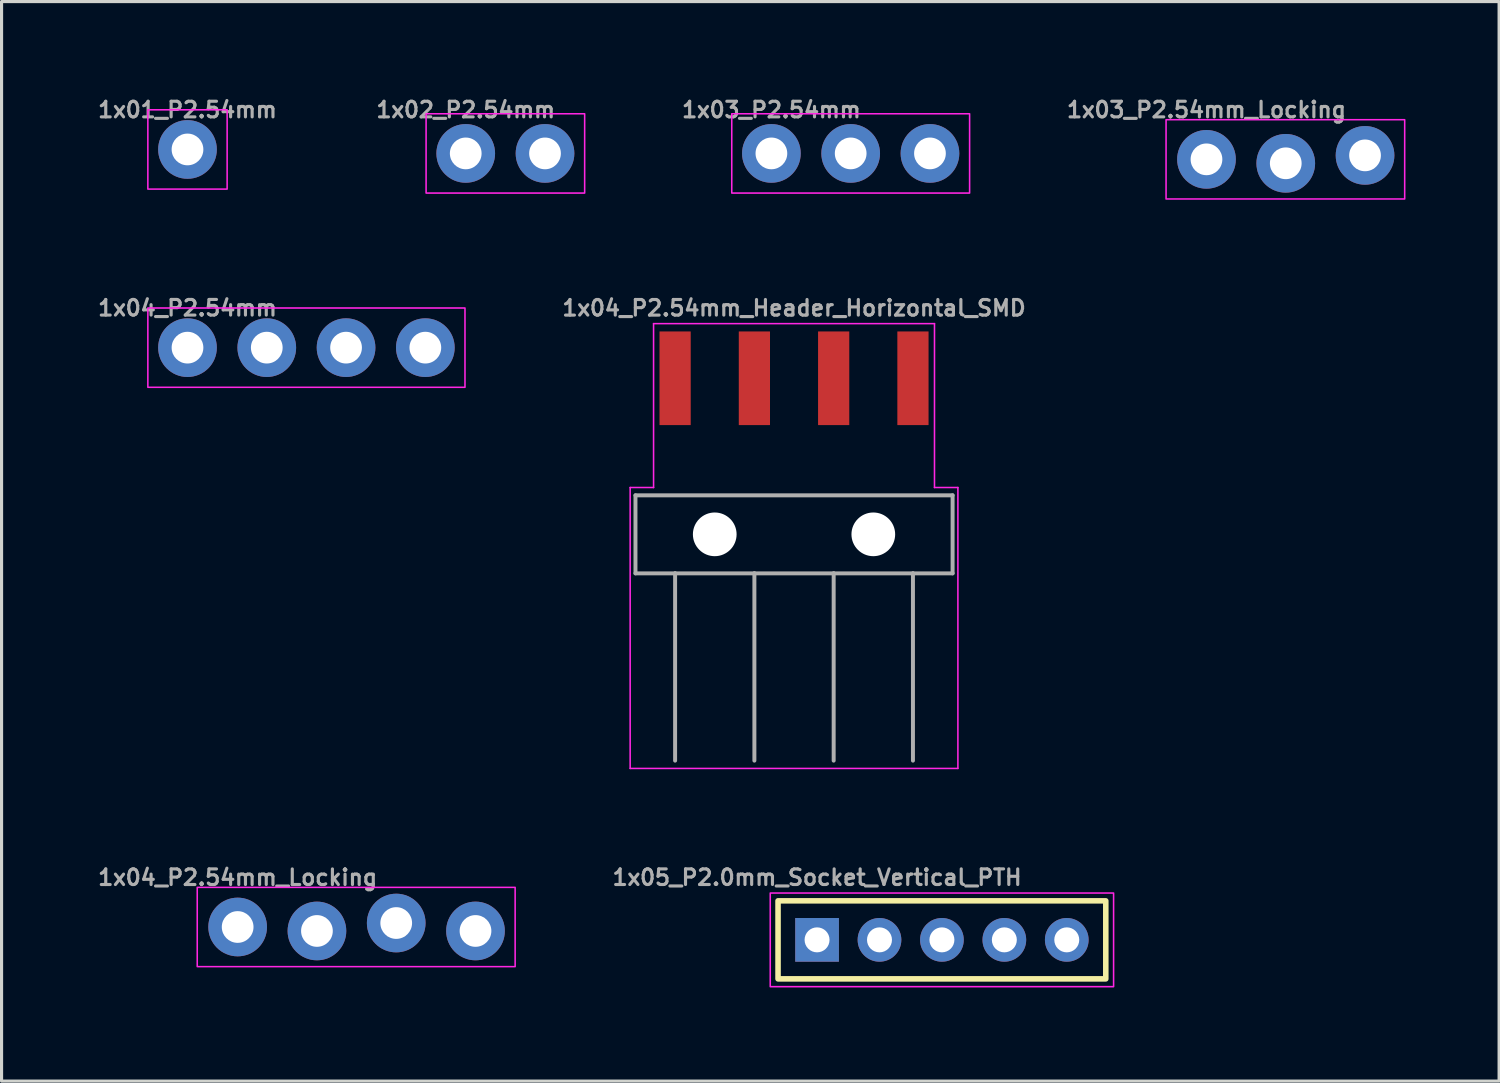
<source format=kicad_pcb>
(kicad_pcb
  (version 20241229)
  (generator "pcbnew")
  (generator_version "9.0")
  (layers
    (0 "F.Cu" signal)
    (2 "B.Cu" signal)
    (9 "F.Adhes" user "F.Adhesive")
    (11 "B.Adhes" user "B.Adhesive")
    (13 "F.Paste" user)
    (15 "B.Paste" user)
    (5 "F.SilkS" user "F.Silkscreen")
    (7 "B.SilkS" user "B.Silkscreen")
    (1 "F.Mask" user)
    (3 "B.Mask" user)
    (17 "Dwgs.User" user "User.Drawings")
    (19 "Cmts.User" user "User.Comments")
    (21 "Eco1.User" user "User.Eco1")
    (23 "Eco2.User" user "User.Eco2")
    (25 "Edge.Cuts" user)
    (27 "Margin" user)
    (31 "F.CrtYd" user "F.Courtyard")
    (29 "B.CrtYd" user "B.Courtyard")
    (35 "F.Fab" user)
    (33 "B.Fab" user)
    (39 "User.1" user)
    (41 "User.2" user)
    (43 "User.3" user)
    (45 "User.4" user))
  (footprint "1x03_P2.54mm_Locking"
    (layer "F.Cu")
    (at 35.603 2.055)
    (property "Reference" "1x03_P2.54mm_Locking" (at 0 -1.587 0) (layer "F.Fab") (effects (font (size 0.5 0.5) (thickness 0.1))))
    (fp_rect (start -1.295 -1.27) (end 6.35 1.27) (stroke (width 0.05) (type default)) (fill no) (layer "F.CrtYd"))
    (fp_poly (pts (xy -0.254 0.254) (xy 0.254 0.254) (xy 0.254 -0.254) (xy -0.254 -0.254)) (stroke (width 0.1) (type default)) (fill no) (layer "F.Fab"))
    (fp_poly (pts (xy 2.286 0.254) (xy 2.794 0.254) (xy 2.794 -0.254) (xy 2.286 -0.254)) (stroke (width 0.1) (type default)) (fill no) (layer "F.Fab"))
    (fp_poly (pts (xy 4.826 0.254) (xy 5.334 0.254) (xy 5.334 -0.254) (xy 4.826 -0.254)) (stroke (width 0.1) (type default)) (fill no) (layer "F.Fab"))
    (pad "1" thru_hole circle (at 0 0 90) (size 1.88 1.88) (drill 1.016) (layers "*.Cu" "*.Mask") (remove_unused_layers yes) (keep_end_layers yes) (zone_layer_connections))
    (pad "2" thru_hole circle (at 2.54 0.127 90) (size 1.88 1.88) (drill 1.016) (layers "*.Cu" "*.Mask") (remove_unused_layers yes) (keep_end_layers yes) (zone_layer_connections))
    (pad "3" thru_hole circle (at 5.08 -0.127 90) (size 1.88 1.88) (drill 1.016) (layers "*.Cu" "*.Mask") (remove_unused_layers yes) (keep_end_layers yes) (zone_layer_connections)))
  (footprint "1x05_P2.0mm_Socket_Vertical_PTH"
    (layer "F.Cu")
    (at 23.127 27.061)
    (property "Reference" "1x05_P2.0mm_Socket_Vertical_PTH" (at 0 -2 0) (unlocked yes) (layer "F.Fab") (effects (font (size 0.5 0.5) (thickness 0.1))))
    (fp_rect (start -1.25 -1.25) (end 9.25 1.25) (stroke (width 0.178) (type default)) (fill no) (layer "F.SilkS"))
    (fp_rect (start -1.5 -1.5) (end 9.5 1.5) (stroke (width 0.05) (type default)) (fill no) (layer "F.CrtYd"))
    (pad "1" thru_hole rect (at 0 0) (size 1.4 1.4) (drill 0.8) (layers "*.Cu" "*.Mask"))
    (pad "2" thru_hole circle (at 2 0) (size 1.4 1.4) (drill 0.8) (layers "*.Cu" "*.Mask"))
    (pad "3" thru_hole circle (at 4 0) (size 1.4 1.4) (drill 0.8) (layers "*.Cu" "*.Mask"))
    (pad "4" thru_hole circle (at 6 0) (size 1.4 1.4) (drill 0.8) (layers "*.Cu" "*.Mask"))
    (pad "5" thru_hole circle (at 8 0) (size 1.4 1.4) (drill 0.8) (layers "*.Cu" "*.Mask")))
  (footprint "1x04_P2.54mm_Locking"
    (layer "F.Cu")
    (at 4.564 26.649)
    (property "Reference" "1x04_P2.54mm_Locking" (at 0 -1.587 0) (layer "F.Fab") (effects (font (size 0.5 0.5) (thickness 0.1))))
    (fp_rect (start -1.295 -1.27) (end 8.89 1.27) (stroke (width 0.05) (type default)) (fill no) (layer "F.CrtYd"))
    (fp_poly (pts (xy -0.254 0.254) (xy 0.254 0.254) (xy 0.254 -0.254) (xy -0.254 -0.254)) (stroke (width 0.1) (type default)) (fill no) (layer "F.Fab"))
    (fp_poly (pts (xy 2.286 0.254) (xy 2.794 0.254) (xy 2.794 -0.254) (xy 2.286 -0.254)) (stroke (width 0.1) (type default)) (fill no) (layer "F.Fab"))
    (fp_poly (pts (xy 4.826 0.254) (xy 5.334 0.254) (xy 5.334 -0.254) (xy 4.826 -0.254)) (stroke (width 0.1) (type default)) (fill no) (layer "F.Fab"))
    (fp_poly (pts (xy 7.366 0.254) (xy 7.874 0.254) (xy 7.874 -0.254) (xy 7.366 -0.254)) (stroke (width 0.1) (type default)) (fill no) (layer "F.Fab"))
    (pad "1" thru_hole circle (at 0 0 90) (size 1.88 1.88) (drill 1.016) (layers "*.Cu" "*.Mask") (remove_unused_layers yes) (keep_end_layers yes) (zone_layer_connections))
    (pad "2" thru_hole circle (at 2.54 0.127 90) (size 1.88 1.88) (drill 1.016) (layers "*.Cu" "*.Mask") (remove_unused_layers yes) (keep_end_layers yes) (zone_layer_connections))
    (pad "3" thru_hole circle (at 5.08 -0.127 90) (size 1.88 1.88) (drill 1.016) (layers "*.Cu" "*.Mask") (remove_unused_layers yes) (keep_end_layers yes) (zone_layer_connections))
    (pad "4" thru_hole circle (at 7.62 0.127 90) (size 1.88 1.88) (drill 1.016) (layers "*.Cu" "*.Mask") (remove_unused_layers yes) (keep_end_layers yes) (zone_layer_connections)))
  (footprint "1x04_P2.54mm"
    (layer "F.Cu")
    (at 2.957 8.088)
    (property "Reference" "1x04_P2.54mm" (at 0 -1.27 0) (layer "F.Fab") (effects (font (size 0.5 0.5) (thickness 0.1))))
    (fp_rect (start -1.27 -1.27) (end 8.89 1.27) (stroke (width 0.05) (type default)) (fill no) (layer "F.CrtYd"))
    (fp_poly (pts (xy -0.254 0.254) (xy 0.254 0.254) (xy 0.254 -0.254) (xy -0.254 -0.254)) (stroke (width 0.1) (type default)) (fill no) (layer "F.Fab"))
    (fp_poly (pts (xy 2.286 0.254) (xy 2.794 0.254) (xy 2.794 -0.254) (xy 2.286 -0.254)) (stroke (width 0.1) (type default)) (fill no) (layer "F.Fab"))
    (fp_poly (pts (xy 4.826 0.254) (xy 5.334 0.254) (xy 5.334 -0.254) (xy 4.826 -0.254)) (stroke (width 0.1) (type default)) (fill no) (layer "F.Fab"))
    (fp_poly (pts (xy 7.366 0.254) (xy 7.874 0.254) (xy 7.874 -0.254) (xy 7.366 -0.254)) (stroke (width 0.1) (type default)) (fill no) (layer "F.Fab"))
    (pad "1" thru_hole circle (at 0 0 90) (size 1.88 1.88) (drill 1.016) (layers "*.Cu" "*.Mask") (remove_unused_layers yes) (keep_end_layers yes) (zone_layer_connections))
    (pad "2" thru_hole circle (at 2.54 0 90) (size 1.88 1.88) (drill 1.016) (layers "*.Cu" "*.Mask") (remove_unused_layers yes) (keep_end_layers yes) (zone_layer_connections))
    (pad "3" thru_hole circle (at 5.08 0 90) (size 1.88 1.88) (drill 1.016) (layers "*.Cu" "*.Mask") (remove_unused_layers yes) (keep_end_layers yes) (zone_layer_connections))
    (pad "4" thru_hole circle (at 7.62 0 90) (size 1.88 1.88) (drill 1.016) (layers "*.Cu" "*.Mask") (remove_unused_layers yes) (keep_end_layers yes) (zone_layer_connections)))
  (footprint "1x04_P2.54mm_Header_Horizontal_SMD"
    (layer "F.Cu")
    (at 22.389 14.069)
    (property "Reference" "1x04_P2.54mm_Header_Horizontal_SMD" (at 0 -7.25 0) (unlocked yes) (layer "F.Fab") (effects (font (size 0.5 0.5) (thickness 0.1))))
    (fp_line (start -5.25 -1.5) (end -4.5 -1.5) (stroke (width 0.05) (type default)) (layer "F.CrtYd"))
    (fp_line (start -5.25 7.5) (end -5.25 -1.5) (stroke (width 0.05) (type default)) (layer "F.CrtYd"))
    (fp_line (start -4.5 -6.75) (end 4.5 -6.75) (stroke (width 0.05) (type default)) (layer "F.CrtYd"))
    (fp_line (start -4.5 -1.5) (end -4.5 -6.75) (stroke (width 0.05) (type default)) (layer "F.CrtYd"))
    (fp_line (start 4.5 -6.75) (end 4.5 -1.5) (stroke (width 0.05) (type default)) (layer "F.CrtYd"))
    (fp_line (start 4.5 -1.5) (end 5.25 -1.5) (stroke (width 0.05) (type default)) (layer "F.CrtYd"))
    (fp_line (start 5.25 -1.5) (end 5.25 7.5) (stroke (width 0.05) (type default)) (layer "F.CrtYd"))
    (fp_line (start 5.25 7.5) (end -5.25 7.5) (stroke (width 0.05) (type default)) (layer "F.CrtYd"))
    (fp_line (start -5.08 -1.25) (end -5.08 1.25) (stroke (width 0.127) (type solid)) (layer "F.Fab"))
    (fp_line (start -5.08 1.25) (end -3.81 1.25) (stroke (width 0.127) (type solid)) (layer "F.Fab"))
    (fp_line (start -3.81 1.25) (end -3.81 7.25) (stroke (width 0.127) (type solid)) (layer "F.Fab"))
    (fp_line (start -3.81 1.25) (end -1.27 1.25) (stroke (width 0.127) (type solid)) (layer "F.Fab"))
    (fp_line (start -1.27 1.25) (end -1.27 7.25) (stroke (width 0.127) (type solid)) (layer "F.Fab"))
    (fp_line (start -1.27 1.25) (end 1.27 1.25) (stroke (width 0.127) (type solid)) (layer "F.Fab"))
    (fp_line (start 1.27 1.25) (end 1.27 7.25) (stroke (width 0.127) (type solid)) (layer "F.Fab"))
    (fp_line (start 1.27 1.25) (end 3.81 1.25) (stroke (width 0.127) (type solid)) (layer "F.Fab"))
    (fp_line (start 3.81 1.25) (end 3.81 7.25) (stroke (width 0.127) (type solid)) (layer "F.Fab"))
    (fp_line (start 3.81 1.25) (end 5.08 1.25) (stroke (width 0.127) (type solid)) (layer "F.Fab"))
    (fp_line (start 5.08 -1.25) (end -5.08 -1.25) (stroke (width 0.127) (type solid)) (layer "F.Fab"))
    (fp_line (start 5.08 1.25) (end 5.08 -1.25) (stroke (width 0.127) (type solid)) (layer "F.Fab"))
    (pad "" np_thru_hole circle (at -2.54 0) (size 1.4 1.4) (drill 1.4) (layers "*.Cu" "*.Mask"))
    (pad "" np_thru_hole circle (at 2.54 0) (size 1.4 1.4) (drill 1.4) (layers "*.Cu" "*.Mask"))
    (pad "1" smd rect (at -3.81 -5 90) (size 3 1) (layers "F.Cu" "F.Mask" "F.Paste"))
    (pad "2" smd rect (at -1.27 -5 90) (size 3 1) (layers "F.Cu" "F.Mask" "F.Paste"))
    (pad "3" smd rect (at 1.27 -5 90) (size 3 1) (layers "F.Cu" "F.Mask" "F.Paste"))
    (pad "4" smd rect (at 3.81 -5 90) (size 3 1) (layers "F.Cu" "F.Mask" "F.Paste")))
  (footprint "1x02_P2.54mm"
    (layer "F.Cu")
    (at 11.871 1.865)
    (property "Reference" "1x02_P2.54mm" (at 0 -1.397 0) (layer "F.Fab") (effects (font (size 0.5 0.5) (thickness 0.1))))
    (fp_rect (start -1.27 -1.27) (end 3.81 1.27) (stroke (width 0.05) (type default)) (fill no) (layer "F.CrtYd"))
    (fp_poly (pts (xy -0.254 0.254) (xy 0.254 0.254) (xy 0.254 -0.254) (xy -0.254 -0.254)) (stroke (width 0.1) (type default)) (fill no) (layer "F.Fab"))
    (fp_poly (pts (xy 2.286 0.254) (xy 2.794 0.254) (xy 2.794 -0.254) (xy 2.286 -0.254)) (stroke (width 0.1) (type default)) (fill no) (layer "F.Fab"))
    (pad "1" thru_hole circle (at 0 0 90) (size 1.88 1.88) (drill 1.016) (layers "*.Cu" "*.Mask") (remove_unused_layers yes) (keep_end_layers yes) (zone_layer_connections))
    (pad "2" thru_hole circle (at 2.54 0 90) (size 1.88 1.88) (drill 1.016) (layers "*.Cu" "*.Mask") (remove_unused_layers yes) (keep_end_layers yes) (zone_layer_connections)))
  (footprint "1x03_P2.54mm"
    (layer "F.Cu")
    (at 21.664 1.865)
    (property "Reference" "1x03_P2.54mm" (at 0 -1.397 0) (layer "F.Fab") (effects (font (size 0.5 0.5) (thickness 0.1))))
    (fp_rect (start -1.27 -1.27) (end 6.35 1.27) (stroke (width 0.05) (type default)) (fill no) (layer "F.CrtYd"))
    (fp_poly (pts (xy -0.254 0.254) (xy 0.254 0.254) (xy 0.254 -0.254) (xy -0.254 -0.254)) (stroke (width 0.1) (type default)) (fill no) (layer "F.Fab"))
    (fp_poly (pts (xy 2.286 0.254) (xy 2.794 0.254) (xy 2.794 -0.254) (xy 2.286 -0.254)) (stroke (width 0.1) (type default)) (fill no) (layer "F.Fab"))
    (fp_poly (pts (xy 4.826 0.254) (xy 5.334 0.254) (xy 5.334 -0.254) (xy 4.826 -0.254)) (stroke (width 0.1) (type default)) (fill no) (layer "F.Fab"))
    (pad "1" thru_hole circle (at 0 0 90) (size 1.88 1.88) (drill 1.016) (layers "*.Cu" "*.Mask") (remove_unused_layers yes) (keep_end_layers yes) (zone_layer_connections))
    (pad "2" thru_hole circle (at 2.54 0 90) (size 1.88 1.88) (drill 1.016) (layers "*.Cu" "*.Mask") (remove_unused_layers yes) (keep_end_layers yes) (zone_layer_connections))
    (pad "3" thru_hole circle (at 5.08 0 90) (size 1.88 1.88) (drill 1.016) (layers "*.Cu" "*.Mask") (remove_unused_layers yes) (keep_end_layers yes) (zone_layer_connections)))
  (footprint "1x01_P2.54mm"
    (layer "F.Cu")
    (at 2.957 1.738)
    (property "Reference" "1x01_P2.54mm" (at 0 -1.27 0) (layer "F.Fab") (effects (font (size 0.5 0.5) (thickness 0.1))))
    (fp_rect (start -1.27 -1.27) (end 1.27 1.27) (stroke (width 0.05) (type default)) (fill no) (layer "F.CrtYd"))
    (fp_poly (pts (xy -0.254 0.254) (xy 0.254 0.254) (xy 0.254 -0.254) (xy -0.254 -0.254)) (stroke (width 0.1) (type default)) (fill no) (layer "F.Fab"))
    (pad "1" thru_hole circle (at 0 0 90) (size 1.88 1.88) (drill 1.016) (layers "*.Cu" "*.Mask") (remove_unused_layers yes) (keep_end_layers yes) (zone_layer_connections)))
  (gr_rect
    (start -3 -3)
    (end 44.978 31.587)
    (stroke (width 0.1) (type default))
    (fill no)
    (layer "Edge.Cuts")))
</source>
